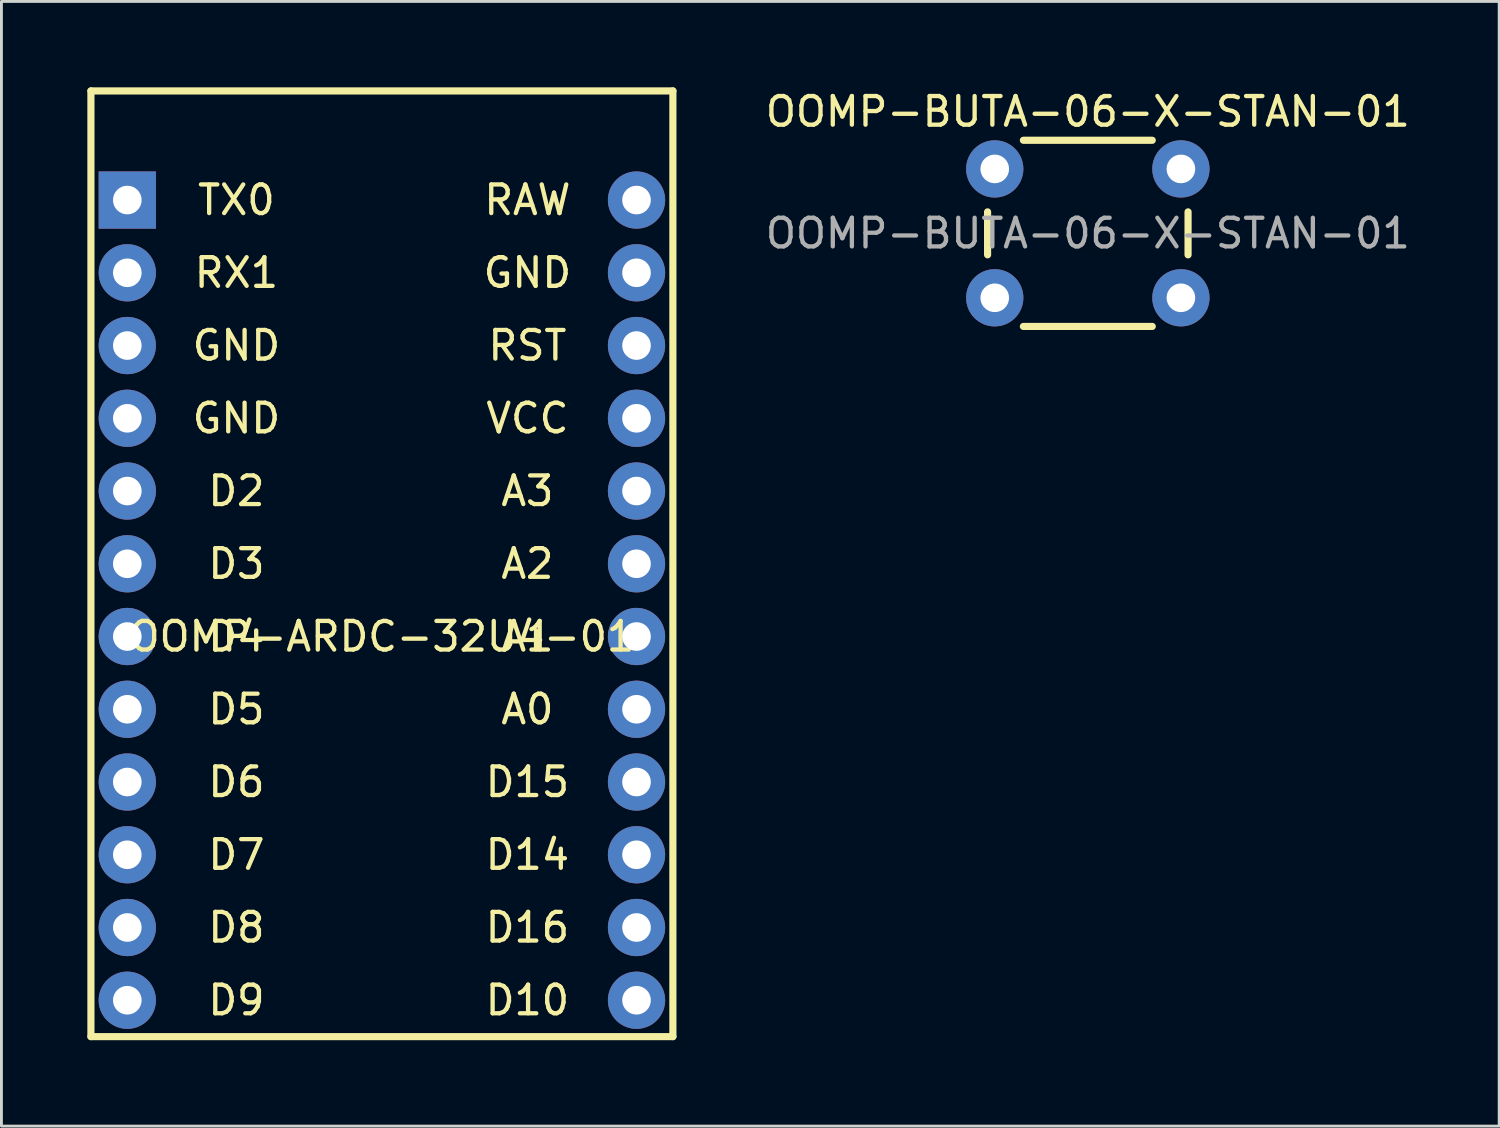
<source format=kicad_pcb>
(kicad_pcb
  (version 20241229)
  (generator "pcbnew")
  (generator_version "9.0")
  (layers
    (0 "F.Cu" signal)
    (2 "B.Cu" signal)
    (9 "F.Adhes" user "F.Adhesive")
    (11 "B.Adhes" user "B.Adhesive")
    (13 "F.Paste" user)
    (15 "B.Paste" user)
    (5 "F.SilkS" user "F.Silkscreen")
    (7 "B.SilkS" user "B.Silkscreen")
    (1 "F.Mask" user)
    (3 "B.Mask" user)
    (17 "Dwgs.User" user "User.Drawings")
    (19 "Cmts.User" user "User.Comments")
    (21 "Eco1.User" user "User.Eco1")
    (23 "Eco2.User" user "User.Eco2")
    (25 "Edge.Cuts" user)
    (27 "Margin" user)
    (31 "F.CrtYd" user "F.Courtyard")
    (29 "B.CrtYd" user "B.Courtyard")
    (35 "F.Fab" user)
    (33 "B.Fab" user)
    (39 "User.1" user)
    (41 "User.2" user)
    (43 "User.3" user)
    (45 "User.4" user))
  (footprint "OOMP-ARDC-32U4-01"
    (layer "F.Cu")
    (at 1.395 1.395)
    (property "Reference" "OOMP-ARDC-32U4-01" (at 8.89 17.78 0) (layer "F.SilkS") (effects (font (size 1 1) (thickness 0.15))))
    (attr through_hole)
    (fp_line (start -1.27 -1.27) (end -1.27 31.75) (stroke (width 0.25) (type solid)) (layer "F.SilkS"))
    (fp_line (start -1.27 -1.27) (end 19.05 -1.27) (stroke (width 0.25) (type solid)) (layer "F.SilkS"))
    (fp_line (start -1.27 31.75) (end 19.05 31.75) (stroke (width 0.25) (type solid)) (layer "F.SilkS"))
    (fp_line (start 19.05 -1.27) (end 19.05 31.75) (stroke (width 0.25) (type solid)) (layer "F.SilkS"))
    (fp_text user "GND" (at 3.81 7.62 0) (layer "F.SilkS") (effects (font (size 1 1) (thickness 0.15))))
    (fp_text user "VCC" (at 13.97 10.16 0) (layer "F.SilkS") (effects (font (size 1 1) (thickness 0.15))))
    (fp_text user "A3" (at 13.97 12.7 0) (layer "F.SilkS") (effects (font (size 1 1) (thickness 0.15))))
    (fp_text user "A2" (at 13.97 15.24 0) (layer "F.SilkS") (effects (font (size 1 1) (thickness 0.15))))
    (fp_text user "D9" (at 3.81 30.48 0) (layer "F.SilkS") (effects (font (size 1 1) (thickness 0.15))))
    (fp_text user "GND" (at 13.97 5.08 0) (layer "F.SilkS") (effects (font (size 1 1) (thickness 0.15))))
    (fp_text user "D4" (at 3.81 17.78 0) (layer "F.SilkS") (effects (font (size 1 1) (thickness 0.15))))
    (fp_text user "RST" (at 13.97 7.62 0) (layer "F.SilkS") (effects (font (size 1 1) (thickness 0.15))))
    (fp_text user "TX0" (at 3.81 2.54 0) (layer "F.SilkS") (effects (font (size 1 1) (thickness 0.15))))
    (fp_text user "D15" (at 13.97 22.86 0) (layer "F.SilkS") (effects (font (size 1 1) (thickness 0.15))))
    (fp_text user "D16" (at 13.97 27.94 0) (layer "F.SilkS") (effects (font (size 1 1) (thickness 0.15))))
    (fp_text user "D6" (at 3.81 22.86 0) (layer "F.SilkS") (effects (font (size 1 1) (thickness 0.15))))
    (fp_text user "D8" (at 3.81 27.94 0) (layer "F.SilkS") (effects (font (size 1 1) (thickness 0.15))))
    (fp_text user "D7" (at 3.81 25.4 0) (layer "F.SilkS") (effects (font (size 1 1) (thickness 0.15))))
    (fp_text user "D3" (at 3.81 15.24 0) (layer "F.SilkS") (effects (font (size 1 1) (thickness 0.15))))
    (fp_text user "D14" (at 13.97 25.4 0) (layer "F.SilkS") (effects (font (size 1 1) (thickness 0.15))))
    (fp_text user "D5" (at 3.81 20.32 0) (layer "F.SilkS") (effects (font (size 1 1) (thickness 0.15))))
    (fp_text user "D10" (at 13.97 30.48 0) (layer "F.SilkS") (effects (font (size 1 1) (thickness 0.15))))
    (fp_text user "GND" (at 3.81 10.16 0) (layer "F.SilkS") (effects (font (size 1 1) (thickness 0.15))))
    (fp_text user "RX1" (at 3.81 5.08 0) (layer "F.SilkS") (effects (font (size 1 1) (thickness 0.15))))
    (fp_text user "A1" (at 13.97 17.78 0) (layer "F.SilkS") (effects (font (size 1 1) (thickness 0.15))))
    (fp_text user "RAW" (at 13.97 2.54 0) (layer "F.SilkS") (effects (font (size 1 1) (thickness 0.15))))
    (fp_text user "D2" (at 3.81 12.7 0) (layer "F.SilkS") (effects (font (size 1 1) (thickness 0.15))))
    (fp_text user "A0" (at 13.97 20.32 0) (layer "F.SilkS") (effects (font (size 1 1) (thickness 0.15))))
    (pad "1" thru_hole rect (at 0 2.54) (size 2 2) (drill 1) (layers "*.Cu" "*.Mask"))
    (pad "2" thru_hole oval (at 0 5.08) (size 2 2) (drill 1) (layers "*.Cu" "*.Mask"))
    (pad "3" thru_hole oval (at 0 7.62) (size 2 2) (drill 1) (layers "*.Cu" "*.Mask"))
    (pad "4" thru_hole oval (at 0 10.16) (size 2 2) (drill 1) (layers "*.Cu" "*.Mask"))
    (pad "5" thru_hole oval (at 0 12.7) (size 2 2) (drill 1) (layers "*.Cu" "*.Mask"))
    (pad "6" thru_hole oval (at 0 15.24) (size 2 2) (drill 1) (layers "*.Cu" "*.Mask"))
    (pad "7" thru_hole oval (at 0 17.78) (size 2 2) (drill 1) (layers "*.Cu" "*.Mask"))
    (pad "8" thru_hole oval (at 0 20.32) (size 2 2) (drill 1) (layers "*.Cu" "*.Mask"))
    (pad "9" thru_hole oval (at 0 22.86) (size 2 2) (drill 1) (layers "*.Cu" "*.Mask"))
    (pad "10" thru_hole oval (at 0 25.4) (size 2 2) (drill 1) (layers "*.Cu" "*.Mask"))
    (pad "11" thru_hole oval (at 0 27.94) (size 2 2) (drill 1) (layers "*.Cu" "*.Mask"))
    (pad "12" thru_hole oval (at 0 30.48) (size 2 2) (drill 1) (layers "*.Cu" "*.Mask"))
    (pad "13" thru_hole oval (at 17.78 30.48) (size 2 2) (drill 1) (layers "*.Cu" "*.Mask"))
    (pad "14" thru_hole oval (at 17.78 27.94) (size 2 2) (drill 1) (layers "*.Cu" "*.Mask"))
    (pad "15" thru_hole oval (at 17.78 25.4) (size 2 2) (drill 1) (layers "*.Cu" "*.Mask"))
    (pad "16" thru_hole oval (at 17.78 22.86) (size 2 2) (drill 1) (layers "*.Cu" "*.Mask"))
    (pad "17" thru_hole oval (at 17.78 20.32) (size 2 2) (drill 1) (layers "*.Cu" "*.Mask"))
    (pad "18" thru_hole oval (at 17.78 17.78) (size 2 2) (drill 1) (layers "*.Cu" "*.Mask"))
    (pad "19" thru_hole oval (at 17.78 15.24) (size 2 2) (drill 1) (layers "*.Cu" "*.Mask"))
    (pad "20" thru_hole oval (at 17.78 12.7) (size 2 2) (drill 1) (layers "*.Cu" "*.Mask"))
    (pad "21" thru_hole oval (at 17.78 10.16) (size 2 2) (drill 1) (layers "*.Cu" "*.Mask"))
    (pad "22" thru_hole oval (at 17.78 7.62) (size 2 2) (drill 1) (layers "*.Cu" "*.Mask"))
    (pad "23" thru_hole oval (at 17.78 5.08) (size 2 2) (drill 1) (layers "*.Cu" "*.Mask"))
    (pad "24" thru_hole oval (at 17.78 2.54) (size 2 2) (drill 1) (layers "*.Cu" "*.Mask")))
  (footprint "OOMP-BUTA-06-X-STAN-01"
    (layer "F.Cu")
    (at 31.683 2.848)
    (property "Reference" "OOMP-BUTA-06-X-STAN-01" (at 3.25 -2 0) (layer "F.SilkS") (effects (font (size 1 1) (thickness 0.15))))
    (attr through_hole)
    (fp_line (start -0.25 1.5) (end -0.25 3) (stroke (width 0.25) (type solid)) (layer "F.SilkS"))
    (fp_line (start 1 5.5) (end 5.5 5.5) (stroke (width 0.25) (type solid)) (layer "F.SilkS"))
    (fp_line (start 5.5 -1) (end 1 -1) (stroke (width 0.25) (type solid)) (layer "F.SilkS"))
    (fp_line (start 6.75 3) (end 6.75 1.5) (stroke (width 0.25) (type solid)) (layer "F.SilkS"))
    (fp_text user "${REFERENCE}" (at 3.25 2.25 0) (layer "F.Fab") (effects (font (size 1 1) (thickness 0.15))))
    (pad "1" thru_hole circle (at 0 0 90) (size 2 2) (drill 1) (layers "*.Cu" "*.Mask"))
    (pad "1" thru_hole circle (at 6.5 0 90) (size 2 2) (drill 1) (layers "*.Cu" "*.Mask"))
    (pad "2" thru_hole circle (at 0 4.5 90) (size 2 2) (drill 1) (layers "*.Cu" "*.Mask"))
    (pad "2" thru_hole circle (at 6.5 4.5 90) (size 2 2) (drill 1) (layers "*.Cu" "*.Mask")))
  (gr_rect
    (start -3 -3)
    (end 49.296 36.27)
    (stroke (width 0.1) (type default))
    (fill no)
    (layer "Edge.Cuts")))
</source>
